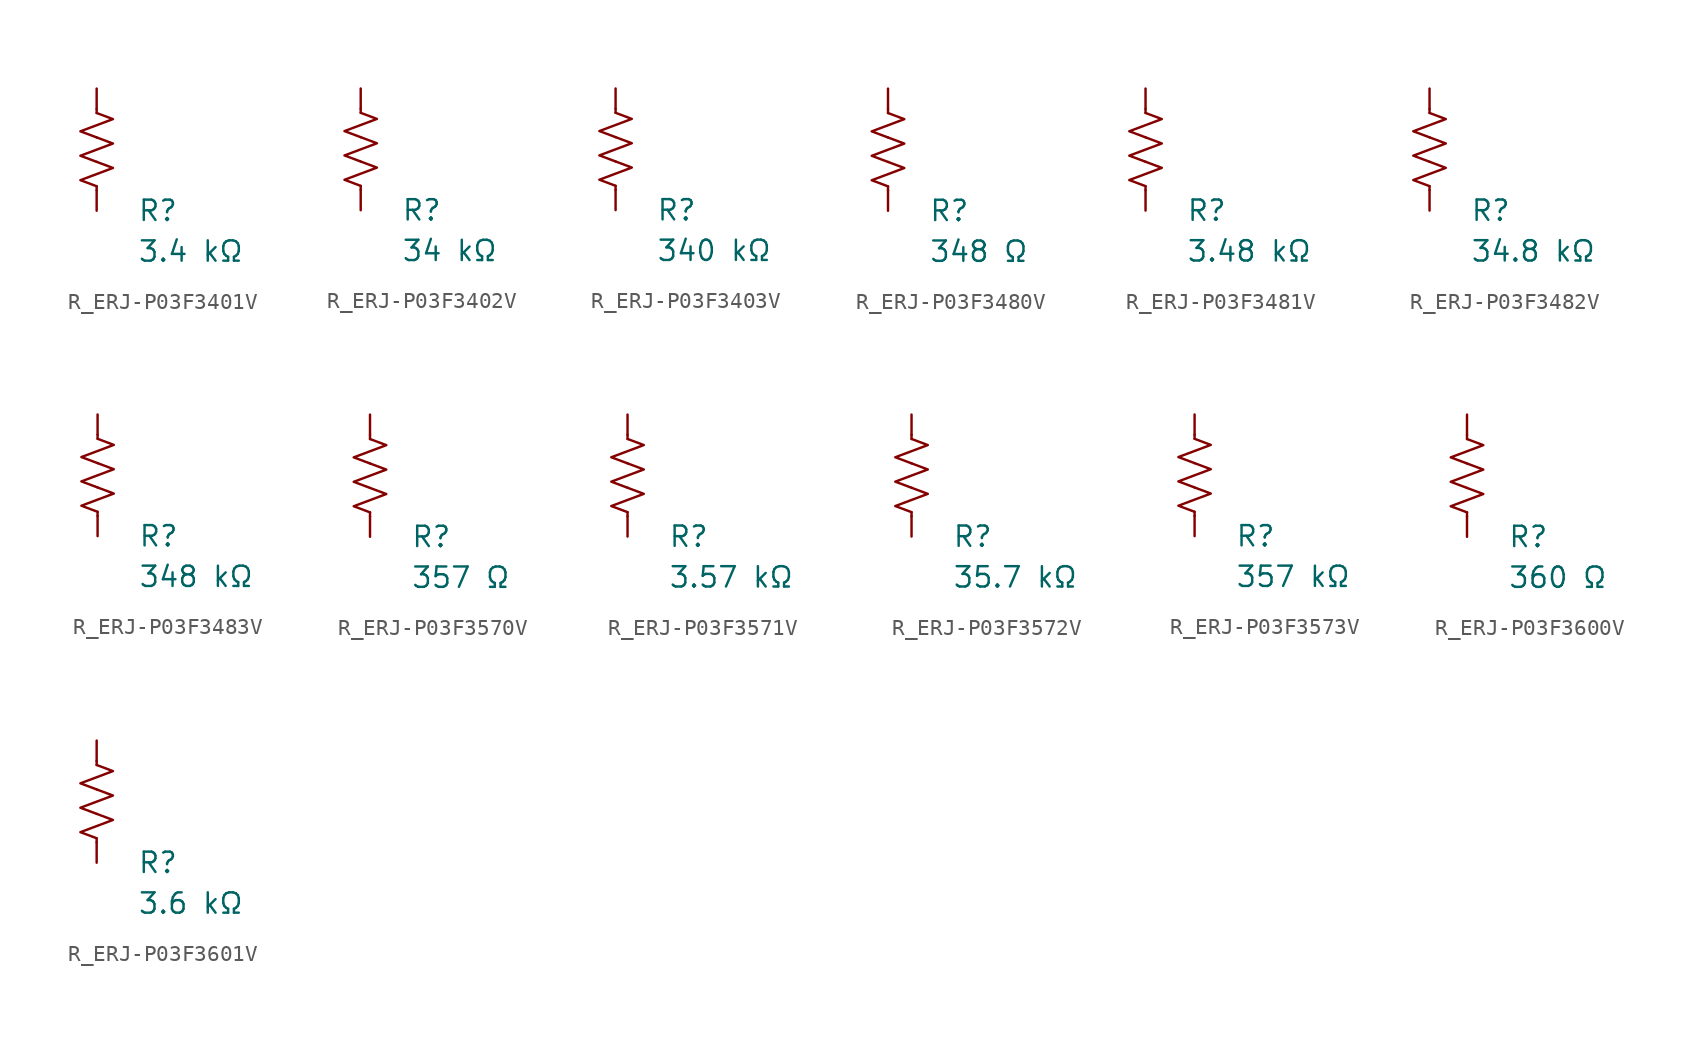
<source format=kicad_sym>
(kicad_symbol_lib
  (version 20231120)
  (generator "kicad_symbol_editor")
  (generator_version "8.0")
  (symbol "R_ERJ-P03F3401V"
    (pin_numbers hide)
    (pin_names
      (offset 0))
    (property "Reference" "R"
      (at 2.54 -3.81 0)
      (effects (font (size 1.27 1.27)) (justify left))
      (show_name no))
    (property "Value" "3.4 kΩ"
      (at 2.54 -6.35 0)
      (effects (font (size 1.27 1.27)) (justify left))
      (show_name no))
    (symbol "R_ERJ-P03F3401V_0_1"
      (polyline (pts (xy 0 -2.286) (xy 0 -2.54)) (stroke (width 0) (type default)) (fill (type none)))
      (polyline (pts (xy 0 2.286) (xy 0 2.54)) (stroke (width 0) (type default)) (fill (type none)))
      (polyline (pts (xy 0 -0.762) (xy 1.016 -1.143) (xy 0 -1.524) (xy -1.016 -1.905) (xy 0 -2.286)) (stroke (width 0) (type default)) (fill (type none)))
      (polyline (pts (xy 0 0.762) (xy 1.016 0.381) (xy 0 0) (xy -1.016 -0.381) (xy 0 -0.762)) (stroke (width 0) (type default)) (fill (type none)))
      (polyline (pts (xy 0 2.286) (xy 1.016 1.905) (xy 0 1.524) (xy -1.016 1.143) (xy 0 0.762)) (stroke (width 0) (type default)) (fill (type none))))
    (symbol "R_ERJ-P03F3401V_1_1"
      (pin passive line (at 0 3.81 270) (length 1.27) (name "~" (effects (font (size 1.27 1.27)))) (number "1" (effects (font (size 1.27 1.27)))))
      (pin passive line (at 0 -3.81 90) (length 1.27) (name "~" (effects (font (size 1.27 1.27)))) (number "2" (effects (font (size 1.27 1.27)))))))
  (symbol "R_ERJ-P03F3402V"
    (pin_numbers hide)
    (pin_names
      (offset 0))
    (property "Reference" "R"
      (at 2.54 -3.81 0)
      (effects (font (size 1.27 1.27)) (justify left))
      (show_name no))
    (property "Value" "34 kΩ"
      (at 2.54 -6.35 0)
      (effects (font (size 1.27 1.27)) (justify left))
      (show_name no))
    (symbol "R_ERJ-P03F3402V_0_1"
      (polyline (pts (xy 0 -2.286) (xy 0 -2.54)) (stroke (width 0) (type default)) (fill (type none)))
      (polyline (pts (xy 0 2.286) (xy 0 2.54)) (stroke (width 0) (type default)) (fill (type none)))
      (polyline (pts (xy 0 -0.762) (xy 1.016 -1.143) (xy 0 -1.524) (xy -1.016 -1.905) (xy 0 -2.286)) (stroke (width 0) (type default)) (fill (type none)))
      (polyline (pts (xy 0 0.762) (xy 1.016 0.381) (xy 0 0) (xy -1.016 -0.381) (xy 0 -0.762)) (stroke (width 0) (type default)) (fill (type none)))
      (polyline (pts (xy 0 2.286) (xy 1.016 1.905) (xy 0 1.524) (xy -1.016 1.143) (xy 0 0.762)) (stroke (width 0) (type default)) (fill (type none))))
    (symbol "R_ERJ-P03F3402V_1_1"
      (pin passive line (at 0 3.81 270) (length 1.27) (name "~" (effects (font (size 1.27 1.27)))) (number "1" (effects (font (size 1.27 1.27)))))
      (pin passive line (at 0 -3.81 90) (length 1.27) (name "~" (effects (font (size 1.27 1.27)))) (number "2" (effects (font (size 1.27 1.27)))))))
  (symbol "R_ERJ-P03F3403V"
    (pin_numbers hide)
    (pin_names
      (offset 0))
    (property "Reference" "R"
      (at 2.54 -3.81 0)
      (effects (font (size 1.27 1.27)) (justify left))
      (show_name no))
    (property "Value" "340 kΩ"
      (at 2.54 -6.35 0)
      (effects (font (size 1.27 1.27)) (justify left))
      (show_name no))
    (symbol "R_ERJ-P03F3403V_0_1"
      (polyline (pts (xy 0 -2.286) (xy 0 -2.54)) (stroke (width 0) (type default)) (fill (type none)))
      (polyline (pts (xy 0 2.286) (xy 0 2.54)) (stroke (width 0) (type default)) (fill (type none)))
      (polyline (pts (xy 0 -0.762) (xy 1.016 -1.143) (xy 0 -1.524) (xy -1.016 -1.905) (xy 0 -2.286)) (stroke (width 0) (type default)) (fill (type none)))
      (polyline (pts (xy 0 0.762) (xy 1.016 0.381) (xy 0 0) (xy -1.016 -0.381) (xy 0 -0.762)) (stroke (width 0) (type default)) (fill (type none)))
      (polyline (pts (xy 0 2.286) (xy 1.016 1.905) (xy 0 1.524) (xy -1.016 1.143) (xy 0 0.762)) (stroke (width 0) (type default)) (fill (type none))))
    (symbol "R_ERJ-P03F3403V_1_1"
      (pin passive line (at 0 3.81 270) (length 1.27) (name "~" (effects (font (size 1.27 1.27)))) (number "1" (effects (font (size 1.27 1.27)))))
      (pin passive line (at 0 -3.81 90) (length 1.27) (name "~" (effects (font (size 1.27 1.27)))) (number "2" (effects (font (size 1.27 1.27)))))))
  (symbol "R_ERJ-P03F3480V"
    (pin_numbers hide)
    (pin_names
      (offset 0))
    (property "Reference" "R"
      (at 2.54 -3.81 0)
      (effects (font (size 1.27 1.27)) (justify left))
      (show_name no))
    (property "Value" "348 Ω"
      (at 2.54 -6.35 0)
      (effects (font (size 1.27 1.27)) (justify left))
      (show_name no))
    (symbol "R_ERJ-P03F3480V_0_1"
      (polyline (pts (xy 0 -2.286) (xy 0 -2.54)) (stroke (width 0) (type default)) (fill (type none)))
      (polyline (pts (xy 0 2.286) (xy 0 2.54)) (stroke (width 0) (type default)) (fill (type none)))
      (polyline (pts (xy 0 -0.762) (xy 1.016 -1.143) (xy 0 -1.524) (xy -1.016 -1.905) (xy 0 -2.286)) (stroke (width 0) (type default)) (fill (type none)))
      (polyline (pts (xy 0 0.762) (xy 1.016 0.381) (xy 0 0) (xy -1.016 -0.381) (xy 0 -0.762)) (stroke (width 0) (type default)) (fill (type none)))
      (polyline (pts (xy 0 2.286) (xy 1.016 1.905) (xy 0 1.524) (xy -1.016 1.143) (xy 0 0.762)) (stroke (width 0) (type default)) (fill (type none))))
    (symbol "R_ERJ-P03F3480V_1_1"
      (pin passive line (at 0 3.81 270) (length 1.27) (name "~" (effects (font (size 1.27 1.27)))) (number "1" (effects (font (size 1.27 1.27)))))
      (pin passive line (at 0 -3.81 90) (length 1.27) (name "~" (effects (font (size 1.27 1.27)))) (number "2" (effects (font (size 1.27 1.27)))))))
  (symbol "R_ERJ-P03F3481V"
    (pin_numbers hide)
    (pin_names
      (offset 0))
    (property "Reference" "R"
      (at 2.54 -3.81 0)
      (effects (font (size 1.27 1.27)) (justify left))
      (show_name no))
    (property "Value" "3.48 kΩ"
      (at 2.54 -6.35 0)
      (effects (font (size 1.27 1.27)) (justify left))
      (show_name no))
    (symbol "R_ERJ-P03F3481V_0_1"
      (polyline (pts (xy 0 -2.286) (xy 0 -2.54)) (stroke (width 0) (type default)) (fill (type none)))
      (polyline (pts (xy 0 2.286) (xy 0 2.54)) (stroke (width 0) (type default)) (fill (type none)))
      (polyline (pts (xy 0 -0.762) (xy 1.016 -1.143) (xy 0 -1.524) (xy -1.016 -1.905) (xy 0 -2.286)) (stroke (width 0) (type default)) (fill (type none)))
      (polyline (pts (xy 0 0.762) (xy 1.016 0.381) (xy 0 0) (xy -1.016 -0.381) (xy 0 -0.762)) (stroke (width 0) (type default)) (fill (type none)))
      (polyline (pts (xy 0 2.286) (xy 1.016 1.905) (xy 0 1.524) (xy -1.016 1.143) (xy 0 0.762)) (stroke (width 0) (type default)) (fill (type none))))
    (symbol "R_ERJ-P03F3481V_1_1"
      (pin passive line (at 0 3.81 270) (length 1.27) (name "~" (effects (font (size 1.27 1.27)))) (number "1" (effects (font (size 1.27 1.27)))))
      (pin passive line (at 0 -3.81 90) (length 1.27) (name "~" (effects (font (size 1.27 1.27)))) (number "2" (effects (font (size 1.27 1.27)))))))
  (symbol "R_ERJ-P03F3482V"
    (pin_numbers hide)
    (pin_names
      (offset 0))
    (property "Reference" "R"
      (at 2.54 -3.81 0)
      (effects (font (size 1.27 1.27)) (justify left))
      (show_name no))
    (property "Value" "34.8 kΩ"
      (at 2.54 -6.35 0)
      (effects (font (size 1.27 1.27)) (justify left))
      (show_name no))
    (symbol "R_ERJ-P03F3482V_0_1"
      (polyline (pts (xy 0 -2.286) (xy 0 -2.54)) (stroke (width 0) (type default)) (fill (type none)))
      (polyline (pts (xy 0 2.286) (xy 0 2.54)) (stroke (width 0) (type default)) (fill (type none)))
      (polyline (pts (xy 0 -0.762) (xy 1.016 -1.143) (xy 0 -1.524) (xy -1.016 -1.905) (xy 0 -2.286)) (stroke (width 0) (type default)) (fill (type none)))
      (polyline (pts (xy 0 0.762) (xy 1.016 0.381) (xy 0 0) (xy -1.016 -0.381) (xy 0 -0.762)) (stroke (width 0) (type default)) (fill (type none)))
      (polyline (pts (xy 0 2.286) (xy 1.016 1.905) (xy 0 1.524) (xy -1.016 1.143) (xy 0 0.762)) (stroke (width 0) (type default)) (fill (type none))))
    (symbol "R_ERJ-P03F3482V_1_1"
      (pin passive line (at 0 3.81 270) (length 1.27) (name "~" (effects (font (size 1.27 1.27)))) (number "1" (effects (font (size 1.27 1.27)))))
      (pin passive line (at 0 -3.81 90) (length 1.27) (name "~" (effects (font (size 1.27 1.27)))) (number "2" (effects (font (size 1.27 1.27)))))))
  (symbol "R_ERJ-P03F3483V"
    (pin_numbers hide)
    (pin_names
      (offset 0))
    (property "Reference" "R"
      (at 2.54 -3.81 0)
      (effects (font (size 1.27 1.27)) (justify left))
      (show_name no))
    (property "Value" "348 kΩ"
      (at 2.54 -6.35 0)
      (effects (font (size 1.27 1.27)) (justify left))
      (show_name no))
    (symbol "R_ERJ-P03F3483V_0_1"
      (polyline (pts (xy 0 -2.286) (xy 0 -2.54)) (stroke (width 0) (type default)) (fill (type none)))
      (polyline (pts (xy 0 2.286) (xy 0 2.54)) (stroke (width 0) (type default)) (fill (type none)))
      (polyline (pts (xy 0 -0.762) (xy 1.016 -1.143) (xy 0 -1.524) (xy -1.016 -1.905) (xy 0 -2.286)) (stroke (width 0) (type default)) (fill (type none)))
      (polyline (pts (xy 0 0.762) (xy 1.016 0.381) (xy 0 0) (xy -1.016 -0.381) (xy 0 -0.762)) (stroke (width 0) (type default)) (fill (type none)))
      (polyline (pts (xy 0 2.286) (xy 1.016 1.905) (xy 0 1.524) (xy -1.016 1.143) (xy 0 0.762)) (stroke (width 0) (type default)) (fill (type none))))
    (symbol "R_ERJ-P03F3483V_1_1"
      (pin passive line (at 0 3.81 270) (length 1.27) (name "~" (effects (font (size 1.27 1.27)))) (number "1" (effects (font (size 1.27 1.27)))))
      (pin passive line (at 0 -3.81 90) (length 1.27) (name "~" (effects (font (size 1.27 1.27)))) (number "2" (effects (font (size 1.27 1.27)))))))
  (symbol "R_ERJ-P03F3570V"
    (pin_numbers hide)
    (pin_names
      (offset 0))
    (property "Reference" "R"
      (at 2.54 -3.81 0)
      (effects (font (size 1.27 1.27)) (justify left))
      (show_name no))
    (property "Value" "357 Ω"
      (at 2.54 -6.35 0)
      (effects (font (size 1.27 1.27)) (justify left))
      (show_name no))
    (symbol "R_ERJ-P03F3570V_0_1"
      (polyline (pts (xy 0 -2.286) (xy 0 -2.54)) (stroke (width 0) (type default)) (fill (type none)))
      (polyline (pts (xy 0 2.286) (xy 0 2.54)) (stroke (width 0) (type default)) (fill (type none)))
      (polyline (pts (xy 0 -0.762) (xy 1.016 -1.143) (xy 0 -1.524) (xy -1.016 -1.905) (xy 0 -2.286)) (stroke (width 0) (type default)) (fill (type none)))
      (polyline (pts (xy 0 0.762) (xy 1.016 0.381) (xy 0 0) (xy -1.016 -0.381) (xy 0 -0.762)) (stroke (width 0) (type default)) (fill (type none)))
      (polyline (pts (xy 0 2.286) (xy 1.016 1.905) (xy 0 1.524) (xy -1.016 1.143) (xy 0 0.762)) (stroke (width 0) (type default)) (fill (type none))))
    (symbol "R_ERJ-P03F3570V_1_1"
      (pin passive line (at 0 3.81 270) (length 1.27) (name "~" (effects (font (size 1.27 1.27)))) (number "1" (effects (font (size 1.27 1.27)))))
      (pin passive line (at 0 -3.81 90) (length 1.27) (name "~" (effects (font (size 1.27 1.27)))) (number "2" (effects (font (size 1.27 1.27)))))))
  (symbol "R_ERJ-P03F3571V"
    (pin_numbers hide)
    (pin_names
      (offset 0))
    (property "Reference" "R"
      (at 2.54 -3.81 0)
      (effects (font (size 1.27 1.27)) (justify left))
      (show_name no))
    (property "Value" "3.57 kΩ"
      (at 2.54 -6.35 0)
      (effects (font (size 1.27 1.27)) (justify left))
      (show_name no))
    (symbol "R_ERJ-P03F3571V_0_1"
      (polyline (pts (xy 0 -2.286) (xy 0 -2.54)) (stroke (width 0) (type default)) (fill (type none)))
      (polyline (pts (xy 0 2.286) (xy 0 2.54)) (stroke (width 0) (type default)) (fill (type none)))
      (polyline (pts (xy 0 -0.762) (xy 1.016 -1.143) (xy 0 -1.524) (xy -1.016 -1.905) (xy 0 -2.286)) (stroke (width 0) (type default)) (fill (type none)))
      (polyline (pts (xy 0 0.762) (xy 1.016 0.381) (xy 0 0) (xy -1.016 -0.381) (xy 0 -0.762)) (stroke (width 0) (type default)) (fill (type none)))
      (polyline (pts (xy 0 2.286) (xy 1.016 1.905) (xy 0 1.524) (xy -1.016 1.143) (xy 0 0.762)) (stroke (width 0) (type default)) (fill (type none))))
    (symbol "R_ERJ-P03F3571V_1_1"
      (pin passive line (at 0 3.81 270) (length 1.27) (name "~" (effects (font (size 1.27 1.27)))) (number "1" (effects (font (size 1.27 1.27)))))
      (pin passive line (at 0 -3.81 90) (length 1.27) (name "~" (effects (font (size 1.27 1.27)))) (number "2" (effects (font (size 1.27 1.27)))))))
  (symbol "R_ERJ-P03F3572V"
    (pin_numbers hide)
    (pin_names
      (offset 0))
    (property "Reference" "R"
      (at 2.54 -3.81 0)
      (effects (font (size 1.27 1.27)) (justify left))
      (show_name no))
    (property "Value" "35.7 kΩ"
      (at 2.54 -6.35 0)
      (effects (font (size 1.27 1.27)) (justify left))
      (show_name no))
    (symbol "R_ERJ-P03F3572V_0_1"
      (polyline (pts (xy 0 -2.286) (xy 0 -2.54)) (stroke (width 0) (type default)) (fill (type none)))
      (polyline (pts (xy 0 2.286) (xy 0 2.54)) (stroke (width 0) (type default)) (fill (type none)))
      (polyline (pts (xy 0 -0.762) (xy 1.016 -1.143) (xy 0 -1.524) (xy -1.016 -1.905) (xy 0 -2.286)) (stroke (width 0) (type default)) (fill (type none)))
      (polyline (pts (xy 0 0.762) (xy 1.016 0.381) (xy 0 0) (xy -1.016 -0.381) (xy 0 -0.762)) (stroke (width 0) (type default)) (fill (type none)))
      (polyline (pts (xy 0 2.286) (xy 1.016 1.905) (xy 0 1.524) (xy -1.016 1.143) (xy 0 0.762)) (stroke (width 0) (type default)) (fill (type none))))
    (symbol "R_ERJ-P03F3572V_1_1"
      (pin passive line (at 0 3.81 270) (length 1.27) (name "~" (effects (font (size 1.27 1.27)))) (number "1" (effects (font (size 1.27 1.27)))))
      (pin passive line (at 0 -3.81 90) (length 1.27) (name "~" (effects (font (size 1.27 1.27)))) (number "2" (effects (font (size 1.27 1.27)))))))
  (symbol "R_ERJ-P03F3573V"
    (pin_numbers hide)
    (pin_names
      (offset 0))
    (property "Reference" "R"
      (at 2.54 -3.81 0)
      (effects (font (size 1.27 1.27)) (justify left))
      (show_name no))
    (property "Value" "357 kΩ"
      (at 2.54 -6.35 0)
      (effects (font (size 1.27 1.27)) (justify left))
      (show_name no))
    (symbol "R_ERJ-P03F3573V_0_1"
      (polyline (pts (xy 0 -2.286) (xy 0 -2.54)) (stroke (width 0) (type default)) (fill (type none)))
      (polyline (pts (xy 0 2.286) (xy 0 2.54)) (stroke (width 0) (type default)) (fill (type none)))
      (polyline (pts (xy 0 -0.762) (xy 1.016 -1.143) (xy 0 -1.524) (xy -1.016 -1.905) (xy 0 -2.286)) (stroke (width 0) (type default)) (fill (type none)))
      (polyline (pts (xy 0 0.762) (xy 1.016 0.381) (xy 0 0) (xy -1.016 -0.381) (xy 0 -0.762)) (stroke (width 0) (type default)) (fill (type none)))
      (polyline (pts (xy 0 2.286) (xy 1.016 1.905) (xy 0 1.524) (xy -1.016 1.143) (xy 0 0.762)) (stroke (width 0) (type default)) (fill (type none))))
    (symbol "R_ERJ-P03F3573V_1_1"
      (pin passive line (at 0 3.81 270) (length 1.27) (name "~" (effects (font (size 1.27 1.27)))) (number "1" (effects (font (size 1.27 1.27)))))
      (pin passive line (at 0 -3.81 90) (length 1.27) (name "~" (effects (font (size 1.27 1.27)))) (number "2" (effects (font (size 1.27 1.27)))))))
  (symbol "R_ERJ-P03F3600V"
    (pin_numbers hide)
    (pin_names
      (offset 0))
    (property "Reference" "R"
      (at 2.54 -3.81 0)
      (effects (font (size 1.27 1.27)) (justify left))
      (show_name no))
    (property "Value" "360 Ω"
      (at 2.54 -6.35 0)
      (effects (font (size 1.27 1.27)) (justify left))
      (show_name no))
    (symbol "R_ERJ-P03F3600V_0_1"
      (polyline (pts (xy 0 -2.286) (xy 0 -2.54)) (stroke (width 0) (type default)) (fill (type none)))
      (polyline (pts (xy 0 2.286) (xy 0 2.54)) (stroke (width 0) (type default)) (fill (type none)))
      (polyline (pts (xy 0 -0.762) (xy 1.016 -1.143) (xy 0 -1.524) (xy -1.016 -1.905) (xy 0 -2.286)) (stroke (width 0) (type default)) (fill (type none)))
      (polyline (pts (xy 0 0.762) (xy 1.016 0.381) (xy 0 0) (xy -1.016 -0.381) (xy 0 -0.762)) (stroke (width 0) (type default)) (fill (type none)))
      (polyline (pts (xy 0 2.286) (xy 1.016 1.905) (xy 0 1.524) (xy -1.016 1.143) (xy 0 0.762)) (stroke (width 0) (type default)) (fill (type none))))
    (symbol "R_ERJ-P03F3600V_1_1"
      (pin passive line (at 0 3.81 270) (length 1.27) (name "~" (effects (font (size 1.27 1.27)))) (number "1" (effects (font (size 1.27 1.27)))))
      (pin passive line (at 0 -3.81 90) (length 1.27) (name "~" (effects (font (size 1.27 1.27)))) (number "2" (effects (font (size 1.27 1.27)))))))
  (symbol "R_ERJ-P03F3601V"
    (pin_numbers hide)
    (pin_names
      (offset 0))
    (property "Reference" "R"
      (at 2.54 -3.81 0)
      (effects (font (size 1.27 1.27)) (justify left))
      (show_name no))
    (property "Value" "3.6 kΩ"
      (at 2.54 -6.35 0)
      (effects (font (size 1.27 1.27)) (justify left))
      (show_name no))
    (symbol "R_ERJ-P03F3601V_0_1"
      (polyline (pts (xy 0 -2.286) (xy 0 -2.54)) (stroke (width 0) (type default)) (fill (type none)))
      (polyline (pts (xy 0 2.286) (xy 0 2.54)) (stroke (width 0) (type default)) (fill (type none)))
      (polyline (pts (xy 0 -0.762) (xy 1.016 -1.143) (xy 0 -1.524) (xy -1.016 -1.905) (xy 0 -2.286)) (stroke (width 0) (type default)) (fill (type none)))
      (polyline (pts (xy 0 0.762) (xy 1.016 0.381) (xy 0 0) (xy -1.016 -0.381) (xy 0 -0.762)) (stroke (width 0) (type default)) (fill (type none)))
      (polyline (pts (xy 0 2.286) (xy 1.016 1.905) (xy 0 1.524) (xy -1.016 1.143) (xy 0 0.762)) (stroke (width 0) (type default)) (fill (type none))))
    (symbol "R_ERJ-P03F3601V_1_1"
      (pin passive line (at 0 3.81 270) (length 1.27) (name "~" (effects (font (size 1.27 1.27)))) (number "1" (effects (font (size 1.27 1.27)))))
      (pin passive line (at 0 -3.81 90) (length 1.27) (name "~" (effects (font (size 1.27 1.27)))) (number "2" (effects (font (size 1.27 1.27))))))))
</source>
